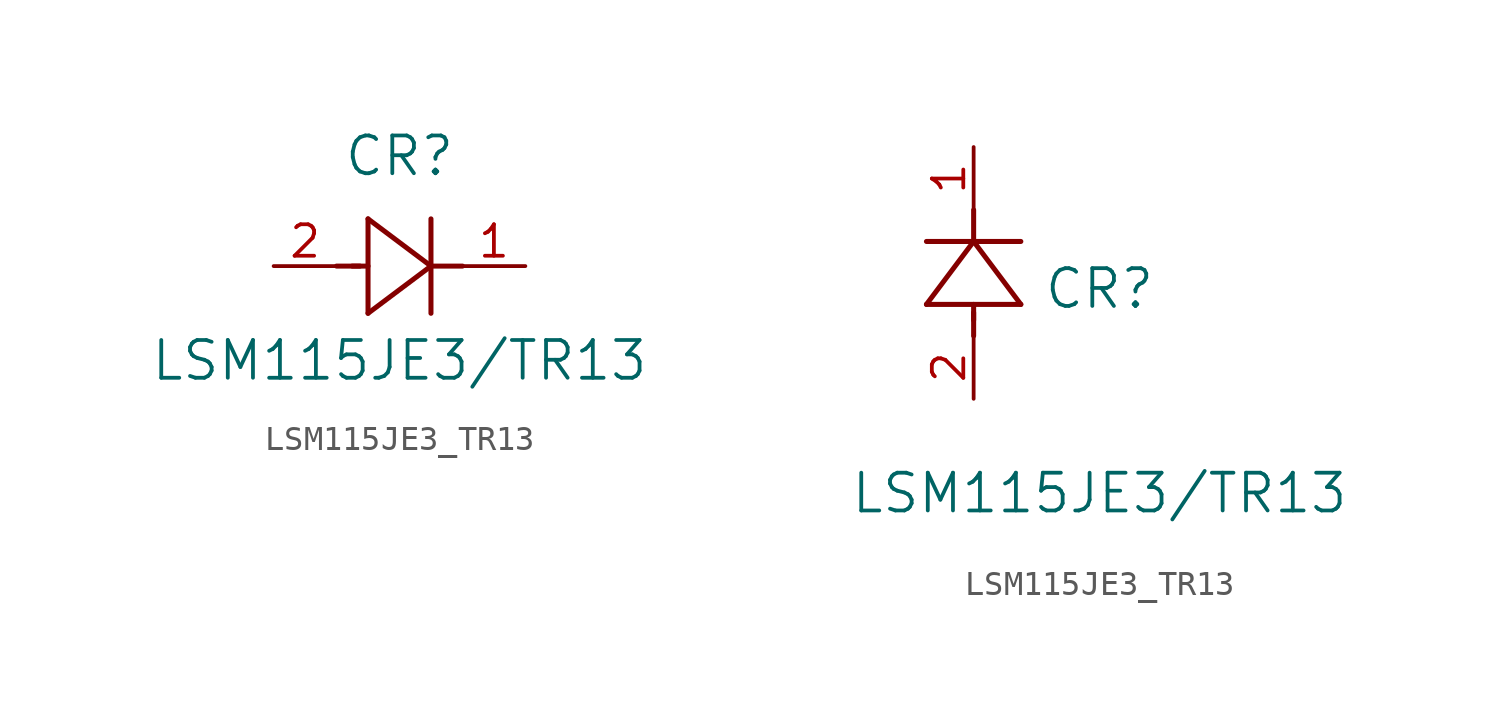
<source format=kicad_sym>
(kicad_symbol_lib
  (version 20211014)
  (generator kicad_symbol_editor)
  (symbol "LSM115JE3_TR13"
    (pin_names
      (offset 0.254))
    (property "Reference" "CR"
      (at 5.08 4.445 0)
      (effects (font (size 1.524 1.524))))
    (property "Value" "LSM115JE3/TR13"
      (at 5.08 -3.81 0)
      (effects (font (size 1.524 1.524))))
    (symbol "LSM115JE3_TR13_1_1"
      (polyline (pts (xy 2.54 0) (xy 3.48 0)) (stroke (width 0.203) (type default) (color 0 0 0 0)) (fill (type none)))
      (polyline (pts (xy 3.81 1.905) (xy 3.81 -1.905)) (stroke (width 0.203) (type default) (color 0 0 0 0)) (fill (type none)))
      (polyline (pts (xy 3.175 0) (xy 3.81 0)) (stroke (width 0.203) (type default) (color 0 0 0 0)) (fill (type none)))
      (polyline (pts (xy 6.35 -1.905) (xy 6.35 1.905)) (stroke (width 0.203) (type default) (color 0 0 0 0)) (fill (type none)))
      (polyline (pts (xy 6.35 0) (xy 7.62 0)) (stroke (width 0.203) (type default) (color 0 0 0 0)) (fill (type none)))
      (polyline (pts (xy 6.35 0) (xy 3.81 1.905)) (stroke (width 0.203) (type default) (color 0 0 0 0)) (fill (type none)))
      (polyline (pts (xy 3.81 -1.905) (xy 6.35 0)) (stroke (width 0.203) (type default) (color 0 0 0 0)) (fill (type none)))
      (pin unspecified line (at 0 0 0) (length 2.54) (name "" (effects (font (size 1.27 1.27)))) (number "2" (effects (font (size 1.27 1.27)))))
      (pin unspecified line (at 10.16 0 180) (length 2.54) (name "" (effects (font (size 1.27 1.27)))) (number "1" (effects (font (size 1.27 1.27))))))
    (symbol "LSM115JE3_TR13_1_2"
      (polyline (pts (xy 0 2.54) (xy 0 3.48)) (stroke (width 0.203) (type default) (color 0 0 0 0)) (fill (type none)))
      (polyline (pts (xy -1.905 3.81) (xy 1.905 3.81)) (stroke (width 0.203) (type default) (color 0 0 0 0)) (fill (type none)))
      (polyline (pts (xy 0 3.175) (xy 0 3.81)) (stroke (width 0.203) (type default) (color 0 0 0 0)) (fill (type none)))
      (polyline (pts (xy 1.905 6.35) (xy -1.905 6.35)) (stroke (width 0.203) (type default) (color 0 0 0 0)) (fill (type none)))
      (polyline (pts (xy 0 6.35) (xy 0 7.62)) (stroke (width 0.203) (type default) (color 0 0 0 0)) (fill (type none)))
      (polyline (pts (xy 0 6.35) (xy -1.905 3.81)) (stroke (width 0.203) (type default) (color 0 0 0 0)) (fill (type none)))
      (polyline (pts (xy 1.905 3.81) (xy 0 6.35)) (stroke (width 0.203) (type default) (color 0 0 0 0)) (fill (type none)))
      (pin unspecified line (at 0 0 90) (length 2.54) (name "" (effects (font (size 1.27 1.27)))) (number "2" (effects (font (size 1.27 1.27)))))
      (pin unspecified line (at 0 10.16 270) (length 2.54) (name "" (effects (font (size 1.27 1.27)))) (number "1" (effects (font (size 1.27 1.27))))))))
</source>
